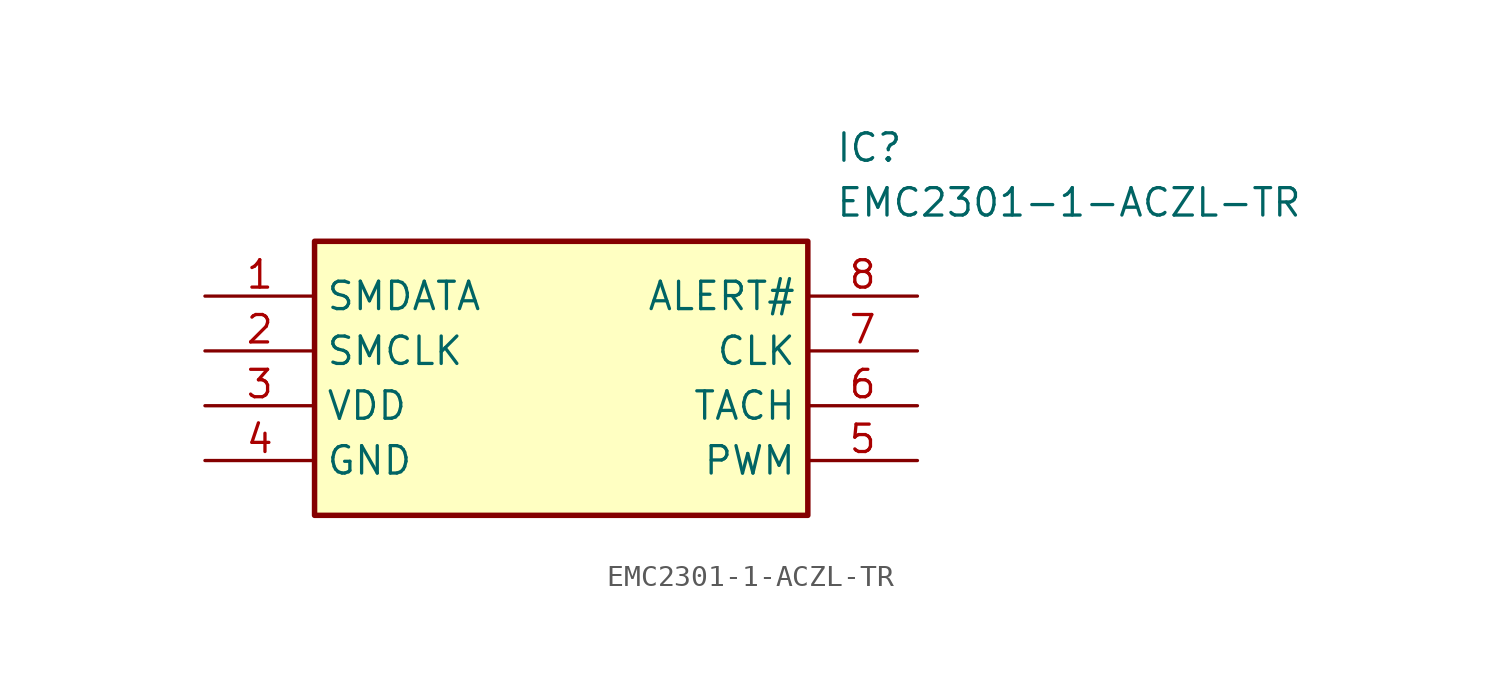
<source format=kicad_sym>
(kicad_symbol_lib
  (version 20211014)
  (generator SamacSys_ECAD_Model)
  (symbol "EMC2301-1-ACZL-TR"
    (property "Reference" "IC"
      (at 29.21 7.62 0)
      (effects (font (size 1.27 1.27)) (justify left top)))
    (property "Value" "EMC2301-1-ACZL-TR"
      (at 29.21 5.08 0)
      (effects (font (size 1.27 1.27)) (justify left top)))
    (rectangle
      (start 5.08 2.54)
      (end 27.94 -10.16)
      (stroke (width 0.254) (type default))
      (fill (type background)))
    (pin passive line
      (at 0 0 0)
      (length 5.08)
      (name "SMDATA" (effects (font (size 1.27 1.27))))
      (number "1" (effects (font (size 1.27 1.27)))))
    (pin passive line
      (at 0 -2.54 0)
      (length 5.08)
      (name "SMCLK" (effects (font (size 1.27 1.27))))
      (number "2" (effects (font (size 1.27 1.27)))))
    (pin passive line
      (at 0 -5.08 0)
      (length 5.08)
      (name "VDD" (effects (font (size 1.27 1.27))))
      (number "3" (effects (font (size 1.27 1.27)))))
    (pin passive line
      (at 0 -7.62 0)
      (length 5.08)
      (name "GND" (effects (font (size 1.27 1.27))))
      (number "4" (effects (font (size 1.27 1.27)))))
    (pin passive line
      (at 33.02 0 180)
      (length 5.08)
      (name "ALERT#" (effects (font (size 1.27 1.27))))
      (number "8" (effects (font (size 1.27 1.27)))))
    (pin passive line
      (at 33.02 -2.54 180)
      (length 5.08)
      (name "CLK" (effects (font (size 1.27 1.27))))
      (number "7" (effects (font (size 1.27 1.27)))))
    (pin passive line
      (at 33.02 -5.08 180)
      (length 5.08)
      (name "TACH" (effects (font (size 1.27 1.27))))
      (number "6" (effects (font (size 1.27 1.27)))))
    (pin passive line
      (at 33.02 -7.62 180)
      (length 5.08)
      (name "PWM" (effects (font (size 1.27 1.27))))
      (number "5" (effects (font (size 1.27 1.27)))))))
</source>
